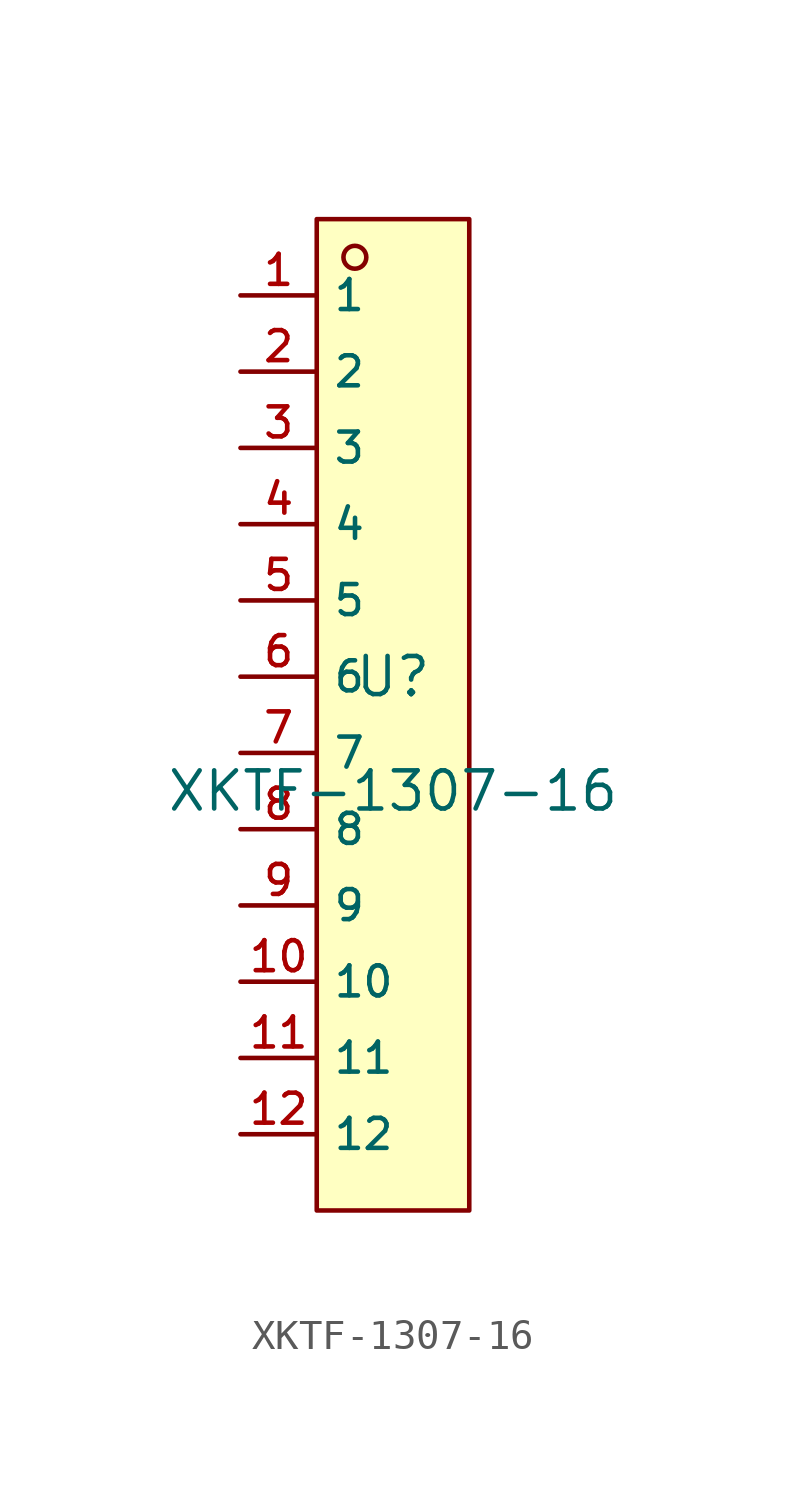
<source format=kicad_sym>
(kicad_symbol_lib
  (version 20210201)
  (generator TousstNicolas/JLC2KiCad_lib)
  (symbol "XKTF-1307-16"
    (property "Reference" "U"
      (at 0 1.27 0)
      (effects (font (size 1.27 1.27))))
    (property "Value" "XKTF-1307-16"
      (at 0 -2.54 0)
      (effects (font (size 1.27 1.27))))
    (symbol "XKTF-1307-16_0_1"
      (rectangle (start -2.54 16.51) (end 2.54 -16.51) (stroke (width 0) (type default) (color 0 0 0 0)) (fill (type background)))
      (circle (center -1.27 15.24) (radius 0.381) (stroke (width 0) (type default) (color 0 0 0 0)) (fill (type background)))
      (pin unspecified line (at -5.08 13.97 0) (length 2.54) (name "1" (effects (font (size 1 1)))) (number "1" (effects (font (size 1 1)))))
      (pin unspecified line (at -5.08 11.43 0) (length 2.54) (name "2" (effects (font (size 1 1)))) (number "2" (effects (font (size 1 1)))))
      (pin unspecified line (at -5.08 8.89 0) (length 2.54) (name "3" (effects (font (size 1 1)))) (number "3" (effects (font (size 1 1)))))
      (pin unspecified line (at -5.08 6.35 0) (length 2.54) (name "4" (effects (font (size 1 1)))) (number "4" (effects (font (size 1 1)))))
      (pin unspecified line (at -5.08 3.81 0) (length 2.54) (name "5" (effects (font (size 1 1)))) (number "5" (effects (font (size 1 1)))))
      (pin unspecified line (at -5.08 1.27 0) (length 2.54) (name "6" (effects (font (size 1 1)))) (number "6" (effects (font (size 1 1)))))
      (pin unspecified line (at -5.08 -1.27 0) (length 2.54) (name "7" (effects (font (size 1 1)))) (number "7" (effects (font (size 1 1)))))
      (pin unspecified line (at -5.08 -3.81 0) (length 2.54) (name "8" (effects (font (size 1 1)))) (number "8" (effects (font (size 1 1)))))
      (pin unspecified line (at -5.08 -6.35 0) (length 2.54) (name "9" (effects (font (size 1 1)))) (number "9" (effects (font (size 1 1)))))
      (pin unspecified line (at -5.08 -8.89 0) (length 2.54) (name "10" (effects (font (size 1 1)))) (number "10" (effects (font (size 1 1)))))
      (pin unspecified line (at -5.08 -11.43 0) (length 2.54) (name "11" (effects (font (size 1 1)))) (number "11" (effects (font (size 1 1)))))
      (pin unspecified line (at -5.08 -13.97 0) (length 2.54) (name "12" (effects (font (size 1 1)))) (number "12" (effects (font (size 1 1))))))))
</source>
